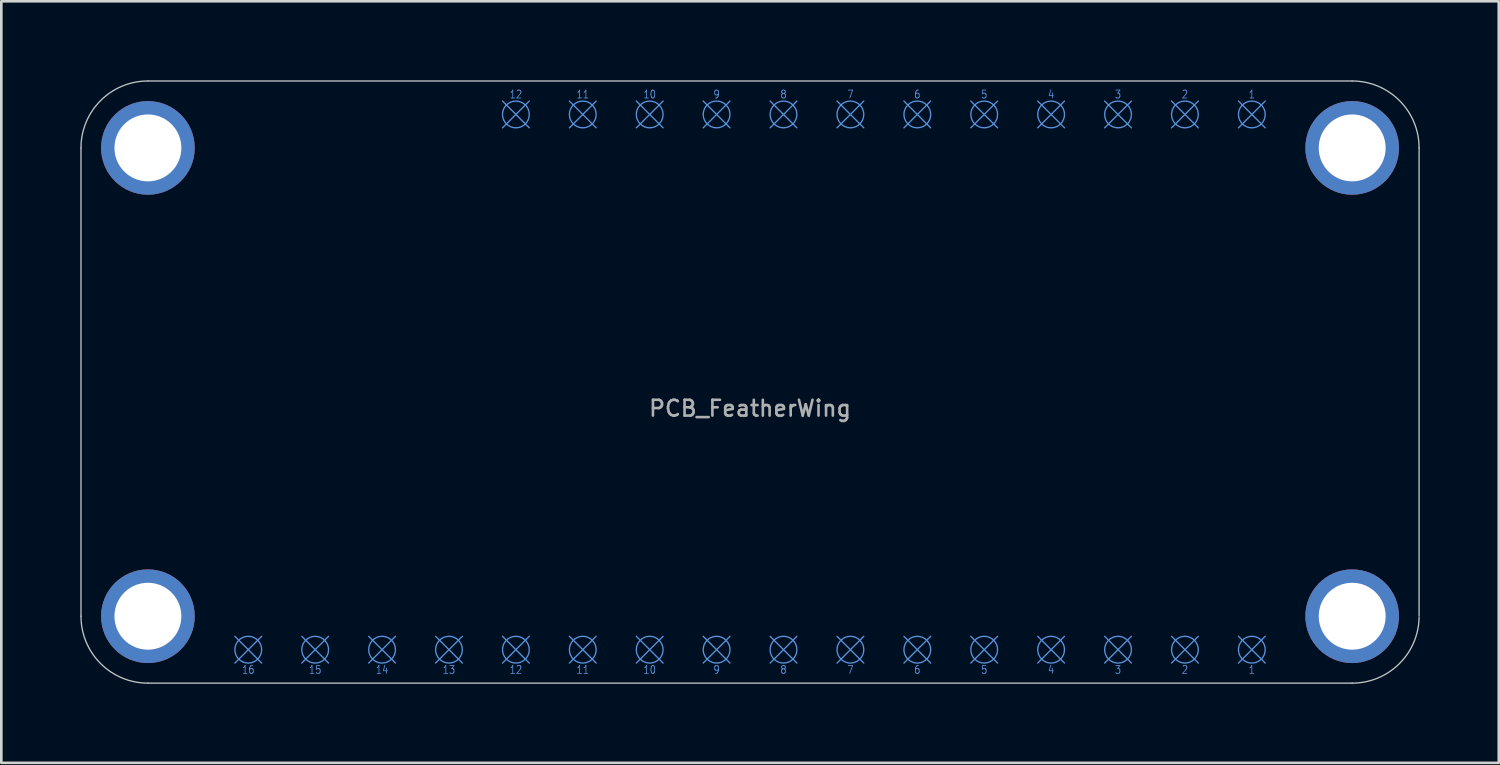
<source format=kicad_pcb>
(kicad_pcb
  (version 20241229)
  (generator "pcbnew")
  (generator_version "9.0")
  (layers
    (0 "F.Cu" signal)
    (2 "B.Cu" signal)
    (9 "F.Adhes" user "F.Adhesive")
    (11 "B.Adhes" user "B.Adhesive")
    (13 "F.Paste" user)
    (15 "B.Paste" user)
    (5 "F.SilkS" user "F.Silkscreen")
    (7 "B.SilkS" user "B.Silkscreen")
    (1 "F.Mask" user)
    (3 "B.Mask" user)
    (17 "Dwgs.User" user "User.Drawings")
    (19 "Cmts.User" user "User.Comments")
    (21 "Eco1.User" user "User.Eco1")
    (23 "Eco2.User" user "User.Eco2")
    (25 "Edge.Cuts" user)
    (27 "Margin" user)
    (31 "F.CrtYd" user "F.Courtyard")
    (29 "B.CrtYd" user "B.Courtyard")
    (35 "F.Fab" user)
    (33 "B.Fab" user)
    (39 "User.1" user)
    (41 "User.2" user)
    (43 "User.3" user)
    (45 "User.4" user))
  (footprint "PCB_FeatherWing"
    (layer "F.Cu")
    (at 25.425 11.455)
    (property "Reference" "PCB_FeatherWing" (at 0 1 0) (layer "F.Fab") (effects (font (size 0.6 0.6) (thickness 0.1))))
    (attr through_hole)
    (fp_line (start -25.4 -8.89) (end -25.4 8.89) (stroke (width 0.05) (type solid)) (layer "Dwgs.User"))
    (fp_line (start -22.86 11.43) (end 22.86 11.43) (stroke (width 0.05) (type solid)) (layer "Dwgs.User"))
    (fp_line (start 22.86 -11.43) (end -22.86 -11.43) (stroke (width 0.05) (type solid)) (layer "Dwgs.User"))
    (fp_line (start 25.4 8.89) (end 25.4 -8.89) (stroke (width 0.05) (type solid)) (layer "Dwgs.User"))
    (fp_arc (start -25.4 -8.89) (mid -24.656051 -10.686051) (end -22.86 -11.43) (stroke (width 0.05) (type solid)) (layer "Dwgs.User"))
    (fp_arc (start -22.86 11.43) (mid -24.656051 10.686051) (end -25.4 8.89) (stroke (width 0.05) (type solid)) (layer "Dwgs.User"))
    (fp_arc (start 22.86 -11.43) (mid 24.656051 -10.686051) (end 25.4 -8.89) (stroke (width 0.05) (type solid)) (layer "Dwgs.User"))
    (fp_arc (start 25.399532 8.938762) (mid 24.638728 10.703209) (end 22.86 11.43) (stroke (width 0.05) (type solid)) (layer "Dwgs.User"))
    (fp_line (start -19.558 9.652) (end -18.542 10.668) (stroke (width 0.05) (type solid)) (layer "Cmts.User"))
    (fp_line (start -19.558 10.668) (end -18.542 9.652) (stroke (width 0.05) (type solid)) (layer "Cmts.User"))
    (fp_line (start -17.018 9.652) (end -16.002 10.668) (stroke (width 0.05) (type solid)) (layer "Cmts.User"))
    (fp_line (start -17.018 10.668) (end -16.002 9.652) (stroke (width 0.05) (type solid)) (layer "Cmts.User"))
    (fp_line (start -14.478 9.652) (end -13.462 10.668) (stroke (width 0.05) (type solid)) (layer "Cmts.User"))
    (fp_line (start -14.478 10.668) (end -13.462 9.652) (stroke (width 0.05) (type solid)) (layer "Cmts.User"))
    (fp_line (start -11.938 9.652) (end -10.922 10.668) (stroke (width 0.05) (type solid)) (layer "Cmts.User"))
    (fp_line (start -11.938 10.668) (end -10.922 9.652) (stroke (width 0.05) (type solid)) (layer "Cmts.User"))
    (fp_line (start -9.398 -10.668) (end -8.382 -9.652) (stroke (width 0.05) (type solid)) (layer "Cmts.User"))
    (fp_line (start -9.398 -9.652) (end -8.382 -10.668) (stroke (width 0.05) (type solid)) (layer "Cmts.User"))
    (fp_line (start -9.398 9.652) (end -8.382 10.668) (stroke (width 0.05) (type solid)) (layer "Cmts.User"))
    (fp_line (start -9.398 10.668) (end -8.382 9.652) (stroke (width 0.05) (type solid)) (layer "Cmts.User"))
    (fp_line (start -6.858 -10.668) (end -5.842 -9.652) (stroke (width 0.05) (type solid)) (layer "Cmts.User"))
    (fp_line (start -6.858 -9.652) (end -5.842 -10.668) (stroke (width 0.05) (type solid)) (layer "Cmts.User"))
    (fp_line (start -6.858 9.652) (end -5.842 10.668) (stroke (width 0.05) (type solid)) (layer "Cmts.User"))
    (fp_line (start -6.858 10.668) (end -5.842 9.652) (stroke (width 0.05) (type solid)) (layer "Cmts.User"))
    (fp_line (start -4.318 -10.668) (end -3.302 -9.652) (stroke (width 0.05) (type solid)) (layer "Cmts.User"))
    (fp_line (start -4.318 -9.652) (end -3.302 -10.668) (stroke (width 0.05) (type solid)) (layer "Cmts.User"))
    (fp_line (start -4.318 9.652) (end -3.302 10.668) (stroke (width 0.05) (type solid)) (layer "Cmts.User"))
    (fp_line (start -4.318 10.668) (end -3.302 9.652) (stroke (width 0.05) (type solid)) (layer "Cmts.User"))
    (fp_line (start -1.778 -10.668) (end -0.762 -9.652) (stroke (width 0.05) (type solid)) (layer "Cmts.User"))
    (fp_line (start -1.778 -9.652) (end -0.762 -10.668) (stroke (width 0.05) (type solid)) (layer "Cmts.User"))
    (fp_line (start -1.778 9.652) (end -0.762 10.668) (stroke (width 0.05) (type solid)) (layer "Cmts.User"))
    (fp_line (start -1.778 10.668) (end -0.762 9.652) (stroke (width 0.05) (type solid)) (layer "Cmts.User"))
    (fp_line (start 0.762 -10.668) (end 1.778 -9.652) (stroke (width 0.05) (type solid)) (layer "Cmts.User"))
    (fp_line (start 0.762 -9.652) (end 1.778 -10.668) (stroke (width 0.05) (type solid)) (layer "Cmts.User"))
    (fp_line (start 0.762 9.652) (end 1.778 10.668) (stroke (width 0.05) (type solid)) (layer "Cmts.User"))
    (fp_line (start 0.762 10.668) (end 1.778 9.652) (stroke (width 0.05) (type solid)) (layer "Cmts.User"))
    (fp_line (start 3.302 -10.668) (end 4.318 -9.652) (stroke (width 0.05) (type solid)) (layer "Cmts.User"))
    (fp_line (start 3.302 -9.652) (end 4.318 -10.668) (stroke (width 0.05) (type solid)) (layer "Cmts.User"))
    (fp_line (start 3.302 9.652) (end 4.318 10.668) (stroke (width 0.05) (type solid)) (layer "Cmts.User"))
    (fp_line (start 3.302 10.668) (end 4.318 9.652) (stroke (width 0.05) (type solid)) (layer "Cmts.User"))
    (fp_line (start 5.842 -10.668) (end 6.858 -9.652) (stroke (width 0.05) (type solid)) (layer "Cmts.User"))
    (fp_line (start 5.842 -9.652) (end 6.858 -10.668) (stroke (width 0.05) (type solid)) (layer "Cmts.User"))
    (fp_line (start 5.842 9.652) (end 6.858 10.668) (stroke (width 0.05) (type solid)) (layer "Cmts.User"))
    (fp_line (start 5.842 10.668) (end 6.858 9.652) (stroke (width 0.05) (type solid)) (layer "Cmts.User"))
    (fp_line (start 8.382 -10.668) (end 9.398 -9.652) (stroke (width 0.05) (type solid)) (layer "Cmts.User"))
    (fp_line (start 8.382 -9.652) (end 9.398 -10.668) (stroke (width 0.05) (type solid)) (layer "Cmts.User"))
    (fp_line (start 8.382 9.652) (end 9.398 10.668) (stroke (width 0.05) (type solid)) (layer "Cmts.User"))
    (fp_line (start 8.382 10.668) (end 9.398 9.652) (stroke (width 0.05) (type solid)) (layer "Cmts.User"))
    (fp_line (start 10.922 -10.668) (end 11.938 -9.652) (stroke (width 0.05) (type solid)) (layer "Cmts.User"))
    (fp_line (start 10.922 -9.652) (end 11.938 -10.668) (stroke (width 0.05) (type solid)) (layer "Cmts.User"))
    (fp_line (start 10.922 9.652) (end 11.938 10.668) (stroke (width 0.05) (type solid)) (layer "Cmts.User"))
    (fp_line (start 10.922 10.668) (end 11.938 9.652) (stroke (width 0.05) (type solid)) (layer "Cmts.User"))
    (fp_line (start 13.462 -10.668) (end 14.478 -9.652) (stroke (width 0.05) (type solid)) (layer "Cmts.User"))
    (fp_line (start 13.462 -9.652) (end 14.478 -10.668) (stroke (width 0.05) (type solid)) (layer "Cmts.User"))
    (fp_line (start 13.462 9.652) (end 14.478 10.668) (stroke (width 0.05) (type solid)) (layer "Cmts.User"))
    (fp_line (start 13.462 10.668) (end 14.478 9.652) (stroke (width 0.05) (type solid)) (layer "Cmts.User"))
    (fp_line (start 16.002 -10.668) (end 17.018 -9.652) (stroke (width 0.05) (type solid)) (layer "Cmts.User"))
    (fp_line (start 16.002 -9.652) (end 17.018 -10.668) (stroke (width 0.05) (type solid)) (layer "Cmts.User"))
    (fp_line (start 16.002 9.652) (end 17.018 10.668) (stroke (width 0.05) (type solid)) (layer "Cmts.User"))
    (fp_line (start 16.002 10.668) (end 17.018 9.652) (stroke (width 0.05) (type solid)) (layer "Cmts.User"))
    (fp_line (start 18.542 -10.668) (end 19.558 -9.652) (stroke (width 0.05) (type solid)) (layer "Cmts.User"))
    (fp_line (start 18.542 -9.652) (end 19.558 -10.668) (stroke (width 0.05) (type solid)) (layer "Cmts.User"))
    (fp_line (start 18.542 9.652) (end 19.558 10.668) (stroke (width 0.05) (type solid)) (layer "Cmts.User"))
    (fp_line (start 18.542 10.668) (end 19.558 9.652) (stroke (width 0.05) (type solid)) (layer "Cmts.User"))
    (fp_circle (center -19.05 10.16) (end -18.542 10.16) (stroke (width 0.05) (type solid)) (fill no) (layer "Cmts.User"))
    (fp_circle (center -16.51 10.16) (end -16.002 10.16) (stroke (width 0.05) (type solid)) (fill no) (layer "Cmts.User"))
    (fp_circle (center -13.97 10.16) (end -13.462 10.16) (stroke (width 0.05) (type solid)) (fill no) (layer "Cmts.User"))
    (fp_circle (center -11.43 10.16) (end -10.922 10.16) (stroke (width 0.05) (type solid)) (fill no) (layer "Cmts.User"))
    (fp_circle (center -8.89 -10.16) (end -8.382 -10.16) (stroke (width 0.05) (type solid)) (fill no) (layer "Cmts.User"))
    (fp_circle (center -8.89 10.16) (end -8.382 10.16) (stroke (width 0.05) (type solid)) (fill no) (layer "Cmts.User"))
    (fp_circle (center -6.35 -10.16) (end -5.842 -10.16) (stroke (width 0.05) (type solid)) (fill no) (layer "Cmts.User"))
    (fp_circle (center -6.35 10.16) (end -5.842 10.16) (stroke (width 0.05) (type solid)) (fill no) (layer "Cmts.User"))
    (fp_circle (center -3.81 -10.16) (end -3.302 -10.16) (stroke (width 0.05) (type solid)) (fill no) (layer "Cmts.User"))
    (fp_circle (center -3.81 10.16) (end -3.302 10.16) (stroke (width 0.05) (type solid)) (fill no) (layer "Cmts.User"))
    (fp_circle (center -1.27 -10.16) (end -0.762 -10.16) (stroke (width 0.05) (type solid)) (fill no) (layer "Cmts.User"))
    (fp_circle (center -1.27 10.16) (end -0.762 10.16) (stroke (width 0.05) (type solid)) (fill no) (layer "Cmts.User"))
    (fp_circle (center 1.27 -10.16) (end 1.778 -10.16) (stroke (width 0.05) (type solid)) (fill no) (layer "Cmts.User"))
    (fp_circle (center 1.27 10.16) (end 1.778 10.16) (stroke (width 0.05) (type solid)) (fill no) (layer "Cmts.User"))
    (fp_circle (center 3.81 -10.16) (end 4.318 -10.16) (stroke (width 0.05) (type solid)) (fill no) (layer "Cmts.User"))
    (fp_circle (center 3.81 10.16) (end 4.318 10.16) (stroke (width 0.05) (type solid)) (fill no) (layer "Cmts.User"))
    (fp_circle (center 6.35 -10.16) (end 6.858 -10.16) (stroke (width 0.05) (type solid)) (fill no) (layer "Cmts.User"))
    (fp_circle (center 6.35 10.16) (end 6.858 10.16) (stroke (width 0.05) (type solid)) (fill no) (layer "Cmts.User"))
    (fp_circle (center 8.89 -10.16) (end 9.398 -10.16) (stroke (width 0.05) (type solid)) (fill no) (layer "Cmts.User"))
    (fp_circle (center 8.89 10.16) (end 9.398 10.16) (stroke (width 0.05) (type solid)) (fill no) (layer "Cmts.User"))
    (fp_circle (center 11.43 -10.16) (end 11.938 -10.16) (stroke (width 0.05) (type solid)) (fill no) (layer "Cmts.User"))
    (fp_circle (center 11.43 10.16) (end 11.938 10.16) (stroke (width 0.05) (type solid)) (fill no) (layer "Cmts.User"))
    (fp_circle (center 13.97 -10.16) (end 14.478 -10.16) (stroke (width 0.05) (type solid)) (fill no) (layer "Cmts.User"))
    (fp_circle (center 13.97 10.16) (end 14.478 10.16) (stroke (width 0.05) (type solid)) (fill no) (layer "Cmts.User"))
    (fp_circle (center 16.51 -10.16) (end 17.018 -10.16) (stroke (width 0.05) (type solid)) (fill no) (layer "Cmts.User"))
    (fp_circle (center 16.51 10.16) (end 17.018 10.16) (stroke (width 0.05) (type solid)) (fill no) (layer "Cmts.User"))
    (fp_circle (center 19.05 -10.16) (end 19.558 -10.16) (stroke (width 0.05) (type solid)) (fill no) (layer "Cmts.User"))
    (fp_circle (center 19.05 10.16) (end 19.558 10.16) (stroke (width 0.05) (type solid)) (fill no) (layer "Cmts.User"))
    (fp_text user "3" (at 13.97 -10.922 0) (layer "Cmts.User") (effects (font (size 0.3 0.25) (thickness 0.03))))
    (fp_text user "7" (at 3.81 -10.922 0) (layer "Cmts.User") (effects (font (size 0.3 0.25) (thickness 0.03))))
    (fp_text user "5" (at 8.89 10.922 0) (layer "Cmts.User") (effects (font (size 0.3 0.25) (thickness 0.03))))
    (fp_text user "9" (at -1.27 10.922 0) (layer "Cmts.User") (effects (font (size 0.3 0.25) (thickness 0.03))))
    (fp_text user "12" (at -8.89 10.922 0) (layer "Cmts.User") (effects (font (size 0.3 0.25) (thickness 0.03))))
    (fp_text user "5" (at 8.89 -10.922 0) (layer "Cmts.User") (effects (font (size 0.3 0.25) (thickness 0.03))))
    (fp_text user "8" (at 1.27 -10.922 0) (layer "Cmts.User") (effects (font (size 0.3 0.25) (thickness 0.03))))
    (fp_text user "2" (at 16.51 -10.922 0) (layer "Cmts.User") (effects (font (size 0.3 0.25) (thickness 0.03))))
    (fp_text user "2" (at 16.51 10.922 0) (layer "Cmts.User") (effects (font (size 0.3 0.25) (thickness 0.03))))
    (fp_text user "14" (at -13.97 10.922 0) (layer "Cmts.User") (effects (font (size 0.3 0.25) (thickness 0.03))))
    (fp_text user "16" (at -19.05 10.922 0) (layer "Cmts.User") (effects (font (size 0.3 0.25) (thickness 0.03))))
    (fp_text user "9" (at -1.27 -10.922 0) (layer "Cmts.User") (effects (font (size 0.3 0.25) (thickness 0.03))))
    (fp_text user "7" (at 3.81 10.922 0) (layer "Cmts.User") (effects (font (size 0.3 0.25) (thickness 0.03))))
    (fp_text user "6" (at 6.35 -10.922 0) (layer "Cmts.User") (effects (font (size 0.3 0.25) (thickness 0.03))))
    (fp_text user "3" (at 13.97 10.922 0) (layer "Cmts.User") (effects (font (size 0.3 0.25) (thickness 0.03))))
    (fp_text user "4" (at 11.43 10.922 0) (layer "Cmts.User") (effects (font (size 0.3 0.25) (thickness 0.03))))
    (fp_text user "15" (at -16.51 10.922 0) (layer "Cmts.User") (effects (font (size 0.3 0.25) (thickness 0.03))))
    (fp_text user "11" (at -6.35 -10.922 0) (layer "Cmts.User") (effects (font (size 0.3 0.25) (thickness 0.03))))
    (fp_text user "1" (at 19.05 10.922 0) (layer "Cmts.User") (effects (font (size 0.3 0.25) (thickness 0.03))))
    (fp_text user "11" (at -6.35 10.922 0) (layer "Cmts.User") (effects (font (size 0.3 0.25) (thickness 0.03))))
    (fp_text user "10" (at -3.81 -10.922 0) (layer "Cmts.User") (effects (font (size 0.3 0.25) (thickness 0.03))))
    (fp_text user "8" (at 1.27 10.922 0) (layer "Cmts.User") (effects (font (size 0.3 0.25) (thickness 0.03))))
    (fp_text user "12" (at -8.89 -10.922 0) (layer "Cmts.User") (effects (font (size 0.3 0.25) (thickness 0.03))))
    (fp_text user "6" (at 6.35 10.922 0) (layer "Cmts.User") (effects (font (size 0.3 0.25) (thickness 0.03))))
    (fp_text user "10" (at -3.81 10.922 0) (layer "Cmts.User") (effects (font (size 0.3 0.25) (thickness 0.03))))
    (fp_text user "1" (at 19.05 -10.922 0) (layer "Cmts.User") (effects (font (size 0.3 0.25) (thickness 0.03))))
    (fp_text user "4" (at 11.43 -10.922 0) (layer "Cmts.User") (effects (font (size 0.3 0.25) (thickness 0.03))))
    (fp_text user "13" (at -11.43 10.922 0) (layer "Cmts.User") (effects (font (size 0.3 0.25) (thickness 0.03))))
    (fp_text user "${REFERENCE}" (at 17.78 8.89 180) (layer "Eco1.User") (effects (font (size 0.3 0.3) (thickness 0.03))))
    (pad "" np_thru_hole circle (at -22.86 -8.89) (size 3.556 3.556) (drill 2.54) (layers "*.Cu" "*.Mask"))
    (pad "" np_thru_hole circle (at -22.86 8.89) (size 3.556 3.556) (drill 2.54) (layers "*.Cu" "*.Mask"))
    (pad "" np_thru_hole circle (at 22.86 -8.89) (size 3.556 3.556) (drill 2.54) (layers "*.Cu" "*.Mask"))
    (pad "" np_thru_hole circle (at 22.86 8.89) (size 3.556 3.556) (drill 2.54) (layers "*.Cu" "*.Mask")))
  (gr_rect
    (start -3 -3)
    (end 53.85 25.91)
    (stroke (width 0.1) (type default))
    (fill no)
    (layer "Edge.Cuts")))
</source>
